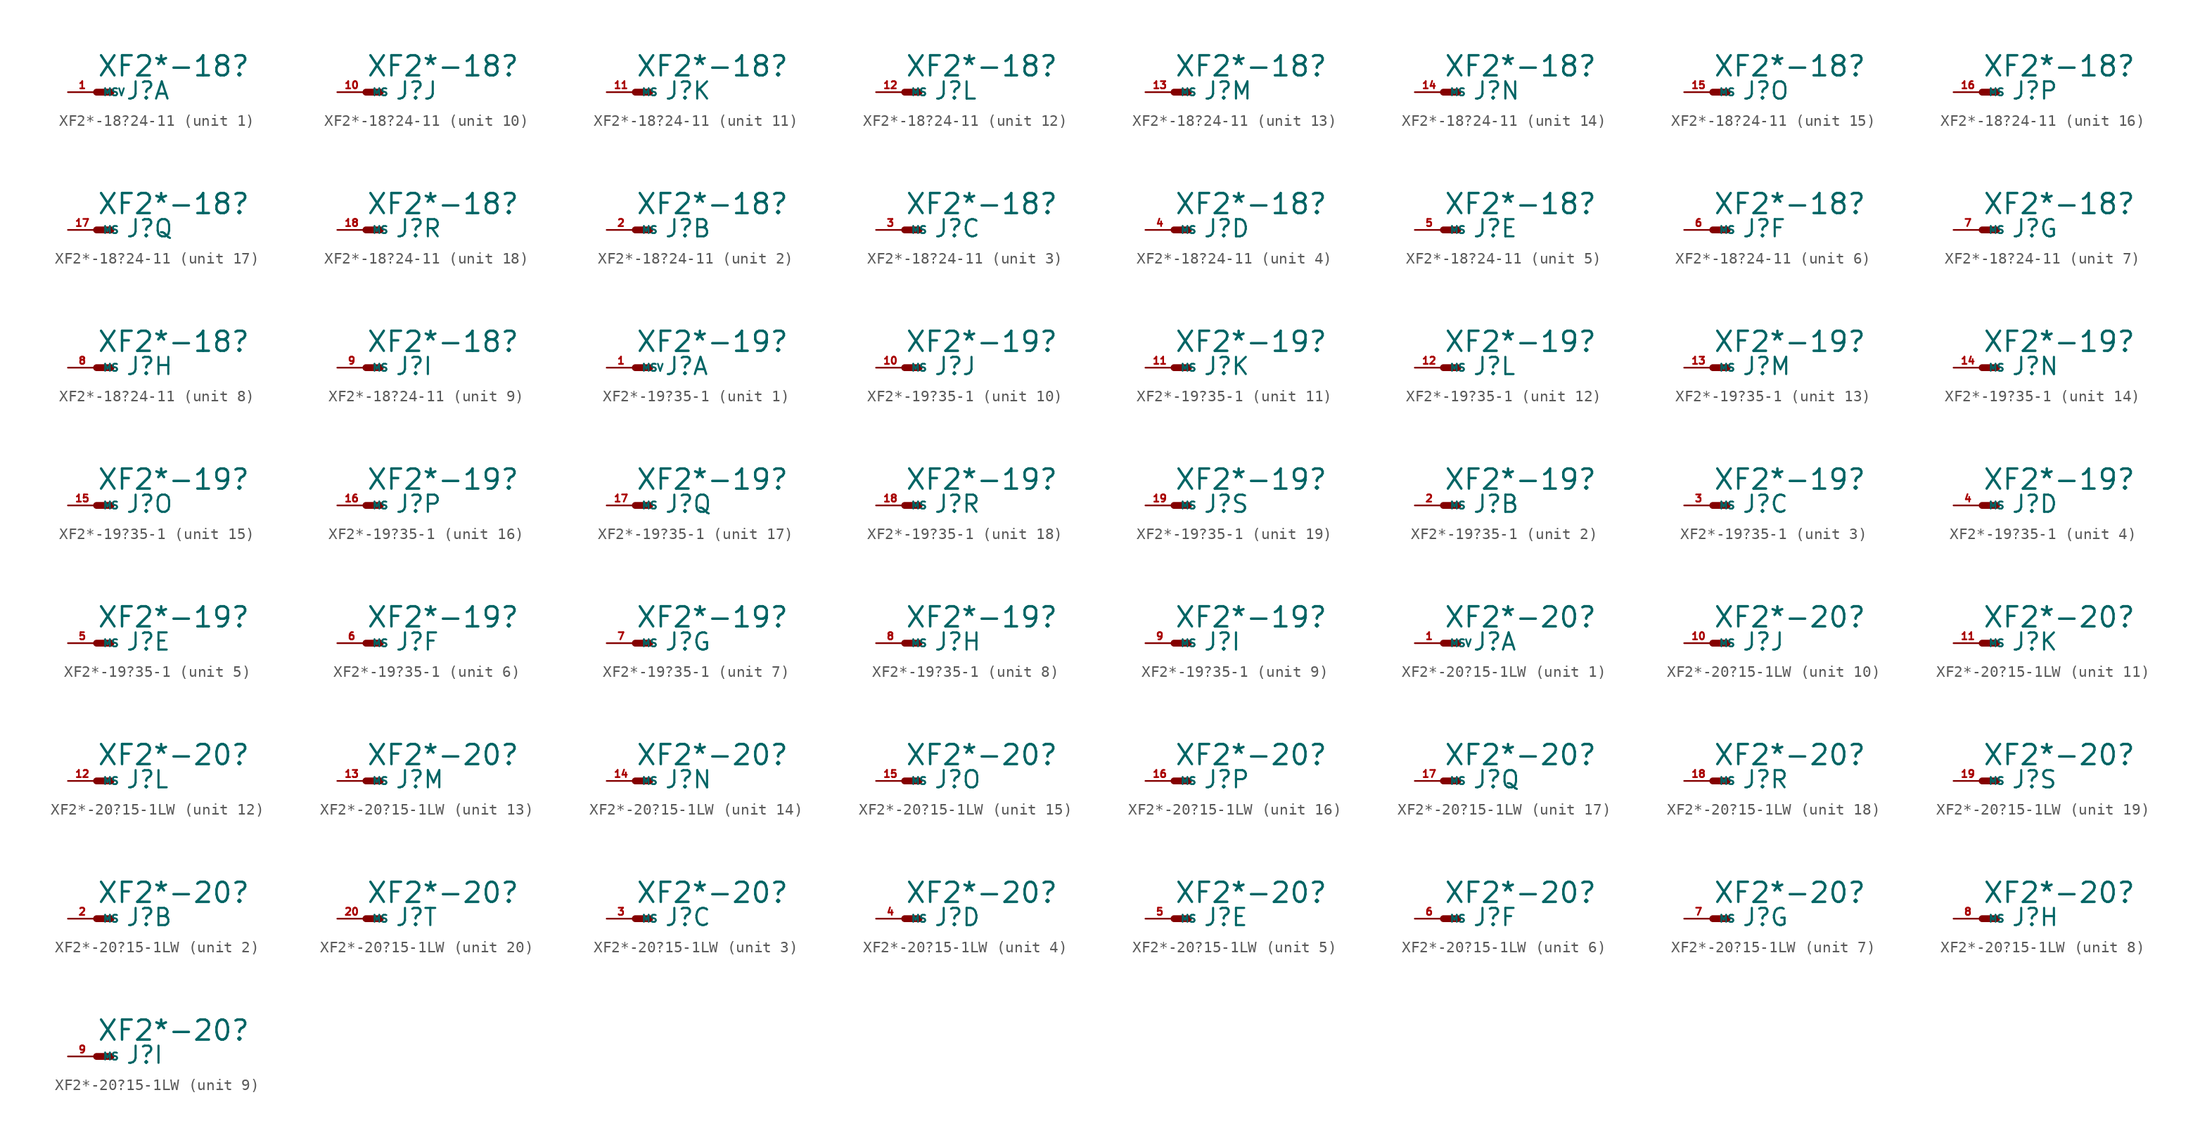
<source format=kicad_sym>
(kicad_symbol_lib
  (version 20220914)
  (generator Eagle2Kicad)
  (symbol "XF2*-18?24-11"
    (property "Reference" "J"
      (at 2.54 -0.762 0)
      (effects (font (size 1.524 1.524) (thickness 0.19)) (justify left bottom)))
    (property "Value" "XF2*-18?"
      (at 0 1.27 0)
      (effects (font (size 1.778 1.778) (thickness 0.22)) (justify left bottom)))
    (symbol "XF2*-18?24-11_1_0"
      (polyline (pts (xy 0 0) (xy 1.27 0)) (stroke (width 0.61) (type default)) (fill (type none)))
      (pin passive line (at -2.54 0 0) (length 2.54) (name "MSV" (effects (font (size 0.635 0.635) (thickness 0.08)) (justify left bottom))) (number "1" (effects (font (size 0.635 0.635) (thickness 0.08)) (justify left bottom)))))
    (symbol "XF2*-18?24-11_2_0"
      (polyline (pts (xy 0 0) (xy 1.27 0)) (stroke (width 0.61) (type default)) (fill (type none)))
      (pin passive line (at -2.54 0 0) (length 2.54) (name "MS" (effects (font (size 0.635 0.635) (thickness 0.08)) (justify left bottom))) (number "2" (effects (font (size 0.635 0.635) (thickness 0.08)) (justify left bottom)))))
    (symbol "XF2*-18?24-11_3_0"
      (polyline (pts (xy 0 0) (xy 1.27 0)) (stroke (width 0.61) (type default)) (fill (type none)))
      (pin passive line (at -2.54 0 0) (length 2.54) (name "MS" (effects (font (size 0.635 0.635) (thickness 0.08)) (justify left bottom))) (number "3" (effects (font (size 0.635 0.635) (thickness 0.08)) (justify left bottom)))))
    (symbol "XF2*-18?24-11_4_0"
      (polyline (pts (xy 0 0) (xy 1.27 0)) (stroke (width 0.61) (type default)) (fill (type none)))
      (pin passive line (at -2.54 0 0) (length 2.54) (name "MS" (effects (font (size 0.635 0.635) (thickness 0.08)) (justify left bottom))) (number "4" (effects (font (size 0.635 0.635) (thickness 0.08)) (justify left bottom)))))
    (symbol "XF2*-18?24-11_5_0"
      (polyline (pts (xy 0 0) (xy 1.27 0)) (stroke (width 0.61) (type default)) (fill (type none)))
      (pin passive line (at -2.54 0 0) (length 2.54) (name "MS" (effects (font (size 0.635 0.635) (thickness 0.08)) (justify left bottom))) (number "5" (effects (font (size 0.635 0.635) (thickness 0.08)) (justify left bottom)))))
    (symbol "XF2*-18?24-11_6_0"
      (polyline (pts (xy 0 0) (xy 1.27 0)) (stroke (width 0.61) (type default)) (fill (type none)))
      (pin passive line (at -2.54 0 0) (length 2.54) (name "MS" (effects (font (size 0.635 0.635) (thickness 0.08)) (justify left bottom))) (number "6" (effects (font (size 0.635 0.635) (thickness 0.08)) (justify left bottom)))))
    (symbol "XF2*-18?24-11_7_0"
      (polyline (pts (xy 0 0) (xy 1.27 0)) (stroke (width 0.61) (type default)) (fill (type none)))
      (pin passive line (at -2.54 0 0) (length 2.54) (name "MS" (effects (font (size 0.635 0.635) (thickness 0.08)) (justify left bottom))) (number "7" (effects (font (size 0.635 0.635) (thickness 0.08)) (justify left bottom)))))
    (symbol "XF2*-18?24-11_8_0"
      (polyline (pts (xy 0 0) (xy 1.27 0)) (stroke (width 0.61) (type default)) (fill (type none)))
      (pin passive line (at -2.54 0 0) (length 2.54) (name "MS" (effects (font (size 0.635 0.635) (thickness 0.08)) (justify left bottom))) (number "8" (effects (font (size 0.635 0.635) (thickness 0.08)) (justify left bottom)))))
    (symbol "XF2*-18?24-11_9_0"
      (polyline (pts (xy 0 0) (xy 1.27 0)) (stroke (width 0.61) (type default)) (fill (type none)))
      (pin passive line (at -2.54 0 0) (length 2.54) (name "MS" (effects (font (size 0.635 0.635) (thickness 0.08)) (justify left bottom))) (number "9" (effects (font (size 0.635 0.635) (thickness 0.08)) (justify left bottom)))))
    (symbol "XF2*-18?24-11_10_0"
      (polyline (pts (xy 0 0) (xy 1.27 0)) (stroke (width 0.61) (type default)) (fill (type none)))
      (pin passive line (at -2.54 0 0) (length 2.54) (name "MS" (effects (font (size 0.635 0.635) (thickness 0.08)) (justify left bottom))) (number "10" (effects (font (size 0.635 0.635) (thickness 0.08)) (justify left bottom)))))
    (symbol "XF2*-18?24-11_11_0"
      (polyline (pts (xy 0 0) (xy 1.27 0)) (stroke (width 0.61) (type default)) (fill (type none)))
      (pin passive line (at -2.54 0 0) (length 2.54) (name "MS" (effects (font (size 0.635 0.635) (thickness 0.08)) (justify left bottom))) (number "11" (effects (font (size 0.635 0.635) (thickness 0.08)) (justify left bottom)))))
    (symbol "XF2*-18?24-11_12_0"
      (polyline (pts (xy 0 0) (xy 1.27 0)) (stroke (width 0.61) (type default)) (fill (type none)))
      (pin passive line (at -2.54 0 0) (length 2.54) (name "MS" (effects (font (size 0.635 0.635) (thickness 0.08)) (justify left bottom))) (number "12" (effects (font (size 0.635 0.635) (thickness 0.08)) (justify left bottom)))))
    (symbol "XF2*-18?24-11_13_0"
      (polyline (pts (xy 0 0) (xy 1.27 0)) (stroke (width 0.61) (type default)) (fill (type none)))
      (pin passive line (at -2.54 0 0) (length 2.54) (name "MS" (effects (font (size 0.635 0.635) (thickness 0.08)) (justify left bottom))) (number "13" (effects (font (size 0.635 0.635) (thickness 0.08)) (justify left bottom)))))
    (symbol "XF2*-18?24-11_14_0"
      (polyline (pts (xy 0 0) (xy 1.27 0)) (stroke (width 0.61) (type default)) (fill (type none)))
      (pin passive line (at -2.54 0 0) (length 2.54) (name "MS" (effects (font (size 0.635 0.635) (thickness 0.08)) (justify left bottom))) (number "14" (effects (font (size 0.635 0.635) (thickness 0.08)) (justify left bottom)))))
    (symbol "XF2*-18?24-11_15_0"
      (polyline (pts (xy 0 0) (xy 1.27 0)) (stroke (width 0.61) (type default)) (fill (type none)))
      (pin passive line (at -2.54 0 0) (length 2.54) (name "MS" (effects (font (size 0.635 0.635) (thickness 0.08)) (justify left bottom))) (number "15" (effects (font (size 0.635 0.635) (thickness 0.08)) (justify left bottom)))))
    (symbol "XF2*-18?24-11_16_0"
      (polyline (pts (xy 0 0) (xy 1.27 0)) (stroke (width 0.61) (type default)) (fill (type none)))
      (pin passive line (at -2.54 0 0) (length 2.54) (name "MS" (effects (font (size 0.635 0.635) (thickness 0.08)) (justify left bottom))) (number "16" (effects (font (size 0.635 0.635) (thickness 0.08)) (justify left bottom)))))
    (symbol "XF2*-18?24-11_17_0"
      (polyline (pts (xy 0 0) (xy 1.27 0)) (stroke (width 0.61) (type default)) (fill (type none)))
      (pin passive line (at -2.54 0 0) (length 2.54) (name "MS" (effects (font (size 0.635 0.635) (thickness 0.08)) (justify left bottom))) (number "17" (effects (font (size 0.635 0.635) (thickness 0.08)) (justify left bottom)))))
    (symbol "XF2*-18?24-11_18_0"
      (polyline (pts (xy 0 0) (xy 1.27 0)) (stroke (width 0.61) (type default)) (fill (type none)))
      (pin passive line (at -2.54 0 0) (length 2.54) (name "MS" (effects (font (size 0.635 0.635) (thickness 0.08)) (justify left bottom))) (number "18" (effects (font (size 0.635 0.635) (thickness 0.08)) (justify left bottom))))))
  (symbol "XF2*-19?35-1"
    (property "Reference" "J"
      (at 2.54 -0.762 0)
      (effects (font (size 1.524 1.524) (thickness 0.19)) (justify left bottom)))
    (property "Value" "XF2*-19?"
      (at 0 1.27 0)
      (effects (font (size 1.778 1.778) (thickness 0.22)) (justify left bottom)))
    (symbol "XF2*-19?35-1_1_0"
      (polyline (pts (xy 0 0) (xy 1.27 0)) (stroke (width 0.61) (type default)) (fill (type none)))
      (pin passive line (at -2.54 0 0) (length 2.54) (name "MSV" (effects (font (size 0.635 0.635) (thickness 0.08)) (justify left bottom))) (number "1" (effects (font (size 0.635 0.635) (thickness 0.08)) (justify left bottom)))))
    (symbol "XF2*-19?35-1_2_0"
      (polyline (pts (xy 0 0) (xy 1.27 0)) (stroke (width 0.61) (type default)) (fill (type none)))
      (pin passive line (at -2.54 0 0) (length 2.54) (name "MS" (effects (font (size 0.635 0.635) (thickness 0.08)) (justify left bottom))) (number "2" (effects (font (size 0.635 0.635) (thickness 0.08)) (justify left bottom)))))
    (symbol "XF2*-19?35-1_3_0"
      (polyline (pts (xy 0 0) (xy 1.27 0)) (stroke (width 0.61) (type default)) (fill (type none)))
      (pin passive line (at -2.54 0 0) (length 2.54) (name "MS" (effects (font (size 0.635 0.635) (thickness 0.08)) (justify left bottom))) (number "3" (effects (font (size 0.635 0.635) (thickness 0.08)) (justify left bottom)))))
    (symbol "XF2*-19?35-1_4_0"
      (polyline (pts (xy 0 0) (xy 1.27 0)) (stroke (width 0.61) (type default)) (fill (type none)))
      (pin passive line (at -2.54 0 0) (length 2.54) (name "MS" (effects (font (size 0.635 0.635) (thickness 0.08)) (justify left bottom))) (number "4" (effects (font (size 0.635 0.635) (thickness 0.08)) (justify left bottom)))))
    (symbol "XF2*-19?35-1_5_0"
      (polyline (pts (xy 0 0) (xy 1.27 0)) (stroke (width 0.61) (type default)) (fill (type none)))
      (pin passive line (at -2.54 0 0) (length 2.54) (name "MS" (effects (font (size 0.635 0.635) (thickness 0.08)) (justify left bottom))) (number "5" (effects (font (size 0.635 0.635) (thickness 0.08)) (justify left bottom)))))
    (symbol "XF2*-19?35-1_6_0"
      (polyline (pts (xy 0 0) (xy 1.27 0)) (stroke (width 0.61) (type default)) (fill (type none)))
      (pin passive line (at -2.54 0 0) (length 2.54) (name "MS" (effects (font (size 0.635 0.635) (thickness 0.08)) (justify left bottom))) (number "6" (effects (font (size 0.635 0.635) (thickness 0.08)) (justify left bottom)))))
    (symbol "XF2*-19?35-1_7_0"
      (polyline (pts (xy 0 0) (xy 1.27 0)) (stroke (width 0.61) (type default)) (fill (type none)))
      (pin passive line (at -2.54 0 0) (length 2.54) (name "MS" (effects (font (size 0.635 0.635) (thickness 0.08)) (justify left bottom))) (number "7" (effects (font (size 0.635 0.635) (thickness 0.08)) (justify left bottom)))))
    (symbol "XF2*-19?35-1_8_0"
      (polyline (pts (xy 0 0) (xy 1.27 0)) (stroke (width 0.61) (type default)) (fill (type none)))
      (pin passive line (at -2.54 0 0) (length 2.54) (name "MS" (effects (font (size 0.635 0.635) (thickness 0.08)) (justify left bottom))) (number "8" (effects (font (size 0.635 0.635) (thickness 0.08)) (justify left bottom)))))
    (symbol "XF2*-19?35-1_9_0"
      (polyline (pts (xy 0 0) (xy 1.27 0)) (stroke (width 0.61) (type default)) (fill (type none)))
      (pin passive line (at -2.54 0 0) (length 2.54) (name "MS" (effects (font (size 0.635 0.635) (thickness 0.08)) (justify left bottom))) (number "9" (effects (font (size 0.635 0.635) (thickness 0.08)) (justify left bottom)))))
    (symbol "XF2*-19?35-1_10_0"
      (polyline (pts (xy 0 0) (xy 1.27 0)) (stroke (width 0.61) (type default)) (fill (type none)))
      (pin passive line (at -2.54 0 0) (length 2.54) (name "MS" (effects (font (size 0.635 0.635) (thickness 0.08)) (justify left bottom))) (number "10" (effects (font (size 0.635 0.635) (thickness 0.08)) (justify left bottom)))))
    (symbol "XF2*-19?35-1_11_0"
      (polyline (pts (xy 0 0) (xy 1.27 0)) (stroke (width 0.61) (type default)) (fill (type none)))
      (pin passive line (at -2.54 0 0) (length 2.54) (name "MS" (effects (font (size 0.635 0.635) (thickness 0.08)) (justify left bottom))) (number "11" (effects (font (size 0.635 0.635) (thickness 0.08)) (justify left bottom)))))
    (symbol "XF2*-19?35-1_12_0"
      (polyline (pts (xy 0 0) (xy 1.27 0)) (stroke (width 0.61) (type default)) (fill (type none)))
      (pin passive line (at -2.54 0 0) (length 2.54) (name "MS" (effects (font (size 0.635 0.635) (thickness 0.08)) (justify left bottom))) (number "12" (effects (font (size 0.635 0.635) (thickness 0.08)) (justify left bottom)))))
    (symbol "XF2*-19?35-1_13_0"
      (polyline (pts (xy 0 0) (xy 1.27 0)) (stroke (width 0.61) (type default)) (fill (type none)))
      (pin passive line (at -2.54 0 0) (length 2.54) (name "MS" (effects (font (size 0.635 0.635) (thickness 0.08)) (justify left bottom))) (number "13" (effects (font (size 0.635 0.635) (thickness 0.08)) (justify left bottom)))))
    (symbol "XF2*-19?35-1_14_0"
      (polyline (pts (xy 0 0) (xy 1.27 0)) (stroke (width 0.61) (type default)) (fill (type none)))
      (pin passive line (at -2.54 0 0) (length 2.54) (name "MS" (effects (font (size 0.635 0.635) (thickness 0.08)) (justify left bottom))) (number "14" (effects (font (size 0.635 0.635) (thickness 0.08)) (justify left bottom)))))
    (symbol "XF2*-19?35-1_15_0"
      (polyline (pts (xy 0 0) (xy 1.27 0)) (stroke (width 0.61) (type default)) (fill (type none)))
      (pin passive line (at -2.54 0 0) (length 2.54) (name "MS" (effects (font (size 0.635 0.635) (thickness 0.08)) (justify left bottom))) (number "15" (effects (font (size 0.635 0.635) (thickness 0.08)) (justify left bottom)))))
    (symbol "XF2*-19?35-1_16_0"
      (polyline (pts (xy 0 0) (xy 1.27 0)) (stroke (width 0.61) (type default)) (fill (type none)))
      (pin passive line (at -2.54 0 0) (length 2.54) (name "MS" (effects (font (size 0.635 0.635) (thickness 0.08)) (justify left bottom))) (number "16" (effects (font (size 0.635 0.635) (thickness 0.08)) (justify left bottom)))))
    (symbol "XF2*-19?35-1_17_0"
      (polyline (pts (xy 0 0) (xy 1.27 0)) (stroke (width 0.61) (type default)) (fill (type none)))
      (pin passive line (at -2.54 0 0) (length 2.54) (name "MS" (effects (font (size 0.635 0.635) (thickness 0.08)) (justify left bottom))) (number "17" (effects (font (size 0.635 0.635) (thickness 0.08)) (justify left bottom)))))
    (symbol "XF2*-19?35-1_18_0"
      (polyline (pts (xy 0 0) (xy 1.27 0)) (stroke (width 0.61) (type default)) (fill (type none)))
      (pin passive line (at -2.54 0 0) (length 2.54) (name "MS" (effects (font (size 0.635 0.635) (thickness 0.08)) (justify left bottom))) (number "18" (effects (font (size 0.635 0.635) (thickness 0.08)) (justify left bottom)))))
    (symbol "XF2*-19?35-1_19_0"
      (polyline (pts (xy 0 0) (xy 1.27 0)) (stroke (width 0.61) (type default)) (fill (type none)))
      (pin passive line (at -2.54 0 0) (length 2.54) (name "MS" (effects (font (size 0.635 0.635) (thickness 0.08)) (justify left bottom))) (number "19" (effects (font (size 0.635 0.635) (thickness 0.08)) (justify left bottom))))))
  (symbol "XF2*-20?15-1LW"
    (property "Reference" "J"
      (at 2.54 -0.762 0)
      (effects (font (size 1.524 1.524) (thickness 0.19)) (justify left bottom)))
    (property "Value" "XF2*-20?"
      (at 0 1.27 0)
      (effects (font (size 1.778 1.778) (thickness 0.22)) (justify left bottom)))
    (symbol "XF2*-20?15-1LW_1_0"
      (polyline (pts (xy 0 0) (xy 1.27 0)) (stroke (width 0.61) (type default)) (fill (type none)))
      (pin passive line (at -2.54 0 0) (length 2.54) (name "MSV" (effects (font (size 0.635 0.635) (thickness 0.08)) (justify left bottom))) (number "1" (effects (font (size 0.635 0.635) (thickness 0.08)) (justify left bottom)))))
    (symbol "XF2*-20?15-1LW_2_0"
      (polyline (pts (xy 0 0) (xy 1.27 0)) (stroke (width 0.61) (type default)) (fill (type none)))
      (pin passive line (at -2.54 0 0) (length 2.54) (name "MS" (effects (font (size 0.635 0.635) (thickness 0.08)) (justify left bottom))) (number "2" (effects (font (size 0.635 0.635) (thickness 0.08)) (justify left bottom)))))
    (symbol "XF2*-20?15-1LW_3_0"
      (polyline (pts (xy 0 0) (xy 1.27 0)) (stroke (width 0.61) (type default)) (fill (type none)))
      (pin passive line (at -2.54 0 0) (length 2.54) (name "MS" (effects (font (size 0.635 0.635) (thickness 0.08)) (justify left bottom))) (number "3" (effects (font (size 0.635 0.635) (thickness 0.08)) (justify left bottom)))))
    (symbol "XF2*-20?15-1LW_4_0"
      (polyline (pts (xy 0 0) (xy 1.27 0)) (stroke (width 0.61) (type default)) (fill (type none)))
      (pin passive line (at -2.54 0 0) (length 2.54) (name "MS" (effects (font (size 0.635 0.635) (thickness 0.08)) (justify left bottom))) (number "4" (effects (font (size 0.635 0.635) (thickness 0.08)) (justify left bottom)))))
    (symbol "XF2*-20?15-1LW_5_0"
      (polyline (pts (xy 0 0) (xy 1.27 0)) (stroke (width 0.61) (type default)) (fill (type none)))
      (pin passive line (at -2.54 0 0) (length 2.54) (name "MS" (effects (font (size 0.635 0.635) (thickness 0.08)) (justify left bottom))) (number "5" (effects (font (size 0.635 0.635) (thickness 0.08)) (justify left bottom)))))
    (symbol "XF2*-20?15-1LW_6_0"
      (polyline (pts (xy 0 0) (xy 1.27 0)) (stroke (width 0.61) (type default)) (fill (type none)))
      (pin passive line (at -2.54 0 0) (length 2.54) (name "MS" (effects (font (size 0.635 0.635) (thickness 0.08)) (justify left bottom))) (number "6" (effects (font (size 0.635 0.635) (thickness 0.08)) (justify left bottom)))))
    (symbol "XF2*-20?15-1LW_7_0"
      (polyline (pts (xy 0 0) (xy 1.27 0)) (stroke (width 0.61) (type default)) (fill (type none)))
      (pin passive line (at -2.54 0 0) (length 2.54) (name "MS" (effects (font (size 0.635 0.635) (thickness 0.08)) (justify left bottom))) (number "7" (effects (font (size 0.635 0.635) (thickness 0.08)) (justify left bottom)))))
    (symbol "XF2*-20?15-1LW_8_0"
      (polyline (pts (xy 0 0) (xy 1.27 0)) (stroke (width 0.61) (type default)) (fill (type none)))
      (pin passive line (at -2.54 0 0) (length 2.54) (name "MS" (effects (font (size 0.635 0.635) (thickness 0.08)) (justify left bottom))) (number "8" (effects (font (size 0.635 0.635) (thickness 0.08)) (justify left bottom)))))
    (symbol "XF2*-20?15-1LW_9_0"
      (polyline (pts (xy 0 0) (xy 1.27 0)) (stroke (width 0.61) (type default)) (fill (type none)))
      (pin passive line (at -2.54 0 0) (length 2.54) (name "MS" (effects (font (size 0.635 0.635) (thickness 0.08)) (justify left bottom))) (number "9" (effects (font (size 0.635 0.635) (thickness 0.08)) (justify left bottom)))))
    (symbol "XF2*-20?15-1LW_10_0"
      (polyline (pts (xy 0 0) (xy 1.27 0)) (stroke (width 0.61) (type default)) (fill (type none)))
      (pin passive line (at -2.54 0 0) (length 2.54) (name "MS" (effects (font (size 0.635 0.635) (thickness 0.08)) (justify left bottom))) (number "10" (effects (font (size 0.635 0.635) (thickness 0.08)) (justify left bottom)))))
    (symbol "XF2*-20?15-1LW_11_0"
      (polyline (pts (xy 0 0) (xy 1.27 0)) (stroke (width 0.61) (type default)) (fill (type none)))
      (pin passive line (at -2.54 0 0) (length 2.54) (name "MS" (effects (font (size 0.635 0.635) (thickness 0.08)) (justify left bottom))) (number "11" (effects (font (size 0.635 0.635) (thickness 0.08)) (justify left bottom)))))
    (symbol "XF2*-20?15-1LW_12_0"
      (polyline (pts (xy 0 0) (xy 1.27 0)) (stroke (width 0.61) (type default)) (fill (type none)))
      (pin passive line (at -2.54 0 0) (length 2.54) (name "MS" (effects (font (size 0.635 0.635) (thickness 0.08)) (justify left bottom))) (number "12" (effects (font (size 0.635 0.635) (thickness 0.08)) (justify left bottom)))))
    (symbol "XF2*-20?15-1LW_13_0"
      (polyline (pts (xy 0 0) (xy 1.27 0)) (stroke (width 0.61) (type default)) (fill (type none)))
      (pin passive line (at -2.54 0 0) (length 2.54) (name "MS" (effects (font (size 0.635 0.635) (thickness 0.08)) (justify left bottom))) (number "13" (effects (font (size 0.635 0.635) (thickness 0.08)) (justify left bottom)))))
    (symbol "XF2*-20?15-1LW_14_0"
      (polyline (pts (xy 0 0) (xy 1.27 0)) (stroke (width 0.61) (type default)) (fill (type none)))
      (pin passive line (at -2.54 0 0) (length 2.54) (name "MS" (effects (font (size 0.635 0.635) (thickness 0.08)) (justify left bottom))) (number "14" (effects (font (size 0.635 0.635) (thickness 0.08)) (justify left bottom)))))
    (symbol "XF2*-20?15-1LW_15_0"
      (polyline (pts (xy 0 0) (xy 1.27 0)) (stroke (width 0.61) (type default)) (fill (type none)))
      (pin passive line (at -2.54 0 0) (length 2.54) (name "MS" (effects (font (size 0.635 0.635) (thickness 0.08)) (justify left bottom))) (number "15" (effects (font (size 0.635 0.635) (thickness 0.08)) (justify left bottom)))))
    (symbol "XF2*-20?15-1LW_16_0"
      (polyline (pts (xy 0 0) (xy 1.27 0)) (stroke (width 0.61) (type default)) (fill (type none)))
      (pin passive line (at -2.54 0 0) (length 2.54) (name "MS" (effects (font (size 0.635 0.635) (thickness 0.08)) (justify left bottom))) (number "16" (effects (font (size 0.635 0.635) (thickness 0.08)) (justify left bottom)))))
    (symbol "XF2*-20?15-1LW_17_0"
      (polyline (pts (xy 0 0) (xy 1.27 0)) (stroke (width 0.61) (type default)) (fill (type none)))
      (pin passive line (at -2.54 0 0) (length 2.54) (name "MS" (effects (font (size 0.635 0.635) (thickness 0.08)) (justify left bottom))) (number "17" (effects (font (size 0.635 0.635) (thickness 0.08)) (justify left bottom)))))
    (symbol "XF2*-20?15-1LW_18_0"
      (polyline (pts (xy 0 0) (xy 1.27 0)) (stroke (width 0.61) (type default)) (fill (type none)))
      (pin passive line (at -2.54 0 0) (length 2.54) (name "MS" (effects (font (size 0.635 0.635) (thickness 0.08)) (justify left bottom))) (number "18" (effects (font (size 0.635 0.635) (thickness 0.08)) (justify left bottom)))))
    (symbol "XF2*-20?15-1LW_19_0"
      (polyline (pts (xy 0 0) (xy 1.27 0)) (stroke (width 0.61) (type default)) (fill (type none)))
      (pin passive line (at -2.54 0 0) (length 2.54) (name "MS" (effects (font (size 0.635 0.635) (thickness 0.08)) (justify left bottom))) (number "19" (effects (font (size 0.635 0.635) (thickness 0.08)) (justify left bottom)))))
    (symbol "XF2*-20?15-1LW_20_0"
      (polyline (pts (xy 0 0) (xy 1.27 0)) (stroke (width 0.61) (type default)) (fill (type none)))
      (pin passive line (at -2.54 0 0) (length 2.54) (name "MS" (effects (font (size 0.635 0.635) (thickness 0.08)) (justify left bottom))) (number "20" (effects (font (size 0.635 0.635) (thickness 0.08)) (justify left bottom)))))))
</source>
